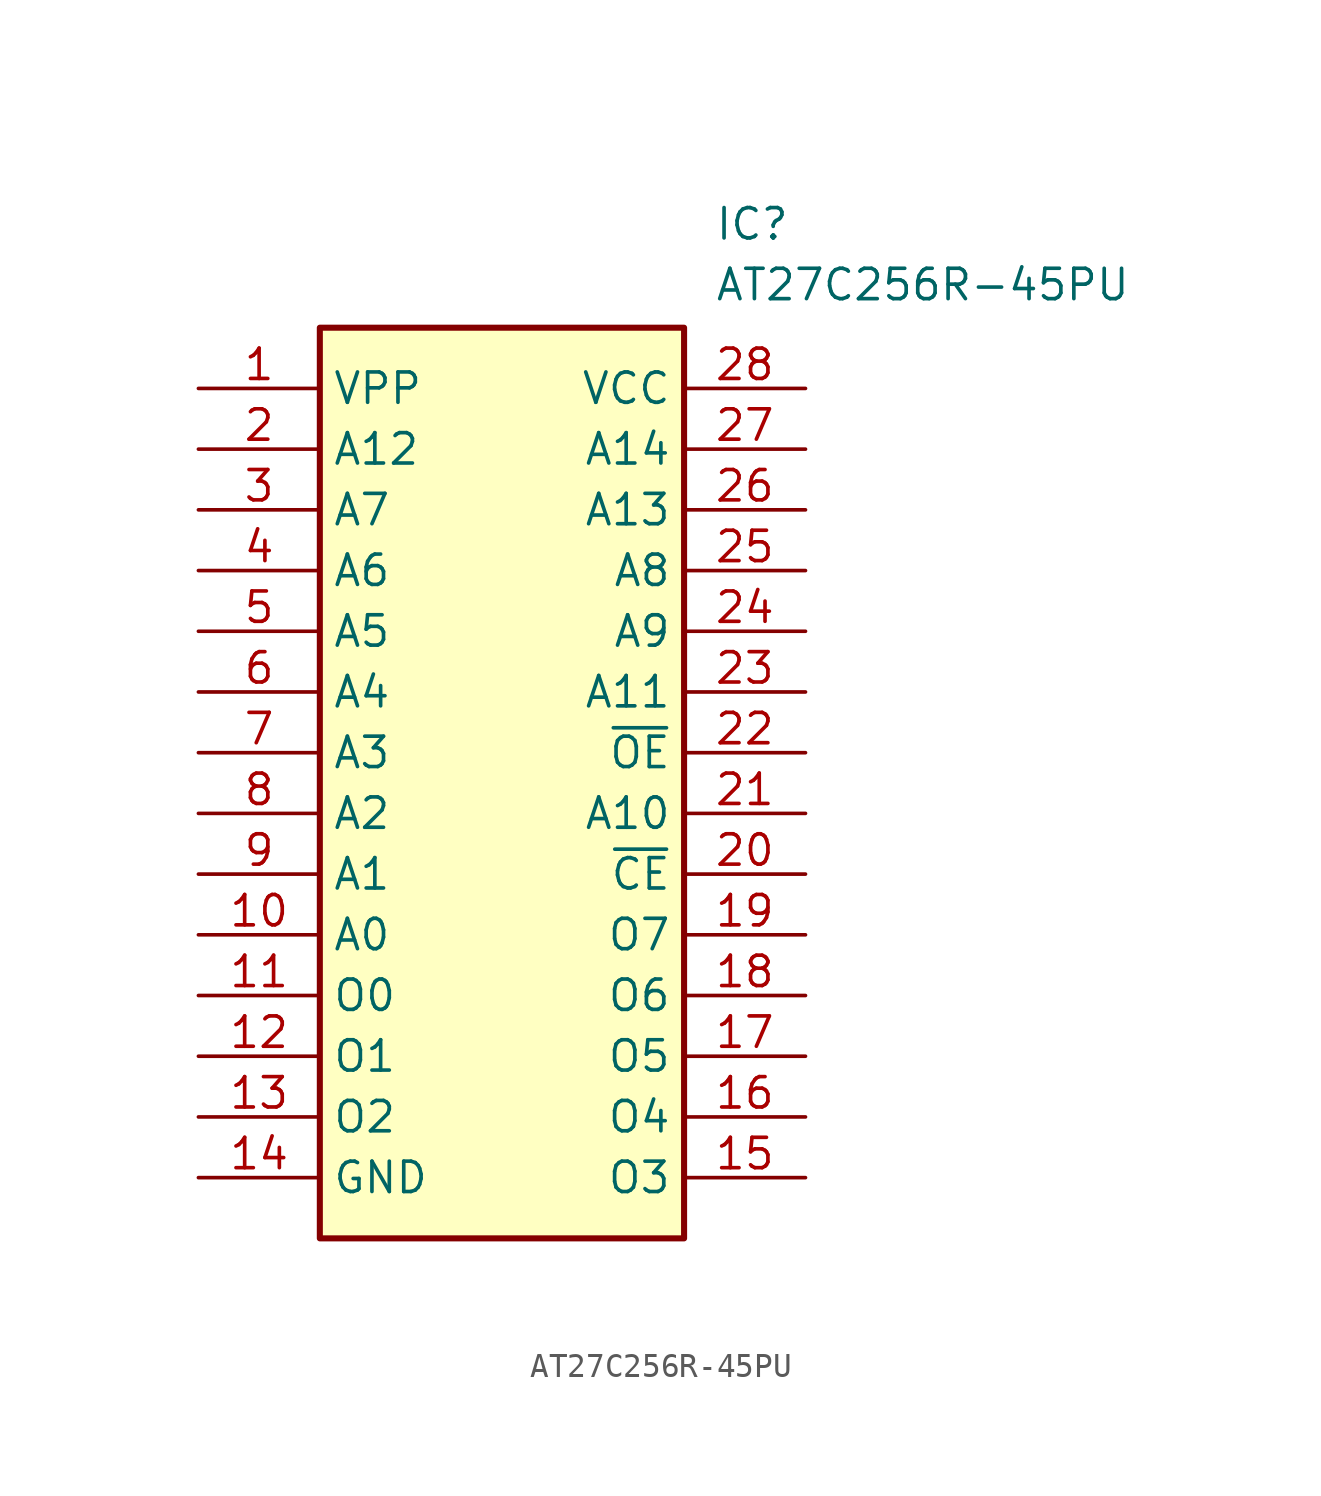
<source format=kicad_sym>
(kicad_symbol_lib
  (version 20211014)
  (generator SamacSys_ECAD_Model)
  (symbol "AT27C256R-45PU"
    (property "Reference" "IC"
      (at 21.59 7.62 0)
      (effects (font (size 1.27 1.27)) (justify left top)))
    (property "Value" "AT27C256R-45PU"
      (at 21.59 5.08 0)
      (effects (font (size 1.27 1.27)) (justify left top)))
    (rectangle
      (start 5.08 2.54)
      (end 20.32 -35.56)
      (stroke (width 0.254) (type default))
      (fill (type background)))
    (pin passive line
      (at 0 0 0)
      (length 5.08)
      (name "VPP" (effects (font (size 1.27 1.27))))
      (number "1" (effects (font (size 1.27 1.27)))))
    (pin passive line
      (at 0 -2.54 0)
      (length 5.08)
      (name "A12" (effects (font (size 1.27 1.27))))
      (number "2" (effects (font (size 1.27 1.27)))))
    (pin passive line
      (at 0 -5.08 0)
      (length 5.08)
      (name "A7" (effects (font (size 1.27 1.27))))
      (number "3" (effects (font (size 1.27 1.27)))))
    (pin passive line
      (at 0 -7.62 0)
      (length 5.08)
      (name "A6" (effects (font (size 1.27 1.27))))
      (number "4" (effects (font (size 1.27 1.27)))))
    (pin passive line
      (at 0 -10.16 0)
      (length 5.08)
      (name "A5" (effects (font (size 1.27 1.27))))
      (number "5" (effects (font (size 1.27 1.27)))))
    (pin passive line
      (at 0 -12.7 0)
      (length 5.08)
      (name "A4" (effects (font (size 1.27 1.27))))
      (number "6" (effects (font (size 1.27 1.27)))))
    (pin passive line
      (at 0 -15.24 0)
      (length 5.08)
      (name "A3" (effects (font (size 1.27 1.27))))
      (number "7" (effects (font (size 1.27 1.27)))))
    (pin passive line
      (at 0 -17.78 0)
      (length 5.08)
      (name "A2" (effects (font (size 1.27 1.27))))
      (number "8" (effects (font (size 1.27 1.27)))))
    (pin passive line
      (at 0 -20.32 0)
      (length 5.08)
      (name "A1" (effects (font (size 1.27 1.27))))
      (number "9" (effects (font (size 1.27 1.27)))))
    (pin passive line
      (at 0 -22.86 0)
      (length 5.08)
      (name "A0" (effects (font (size 1.27 1.27))))
      (number "10" (effects (font (size 1.27 1.27)))))
    (pin passive line
      (at 0 -25.4 0)
      (length 5.08)
      (name "O0" (effects (font (size 1.27 1.27))))
      (number "11" (effects (font (size 1.27 1.27)))))
    (pin passive line
      (at 0 -27.94 0)
      (length 5.08)
      (name "O1" (effects (font (size 1.27 1.27))))
      (number "12" (effects (font (size 1.27 1.27)))))
    (pin passive line
      (at 0 -30.48 0)
      (length 5.08)
      (name "O2" (effects (font (size 1.27 1.27))))
      (number "13" (effects (font (size 1.27 1.27)))))
    (pin passive line
      (at 0 -33.02 0)
      (length 5.08)
      (name "GND" (effects (font (size 1.27 1.27))))
      (number "14" (effects (font (size 1.27 1.27)))))
    (pin passive line
      (at 25.4 0 180)
      (length 5.08)
      (name "VCC" (effects (font (size 1.27 1.27))))
      (number "28" (effects (font (size 1.27 1.27)))))
    (pin passive line
      (at 25.4 -2.54 180)
      (length 5.08)
      (name "A14" (effects (font (size 1.27 1.27))))
      (number "27" (effects (font (size 1.27 1.27)))))
    (pin passive line
      (at 25.4 -5.08 180)
      (length 5.08)
      (name "A13" (effects (font (size 1.27 1.27))))
      (number "26" (effects (font (size 1.27 1.27)))))
    (pin passive line
      (at 25.4 -7.62 180)
      (length 5.08)
      (name "A8" (effects (font (size 1.27 1.27))))
      (number "25" (effects (font (size 1.27 1.27)))))
    (pin passive line
      (at 25.4 -10.16 180)
      (length 5.08)
      (name "A9" (effects (font (size 1.27 1.27))))
      (number "24" (effects (font (size 1.27 1.27)))))
    (pin passive line
      (at 25.4 -12.7 180)
      (length 5.08)
      (name "A11" (effects (font (size 1.27 1.27))))
      (number "23" (effects (font (size 1.27 1.27)))))
    (pin passive line
      (at 25.4 -15.24 180)
      (length 5.08)
      (name "~{OE}" (effects (font (size 1.27 1.27))))
      (number "22" (effects (font (size 1.27 1.27)))))
    (pin passive line
      (at 25.4 -17.78 180)
      (length 5.08)
      (name "A10" (effects (font (size 1.27 1.27))))
      (number "21" (effects (font (size 1.27 1.27)))))
    (pin passive line
      (at 25.4 -20.32 180)
      (length 5.08)
      (name "~{CE}" (effects (font (size 1.27 1.27))))
      (number "20" (effects (font (size 1.27 1.27)))))
    (pin passive line
      (at 25.4 -22.86 180)
      (length 5.08)
      (name "O7" (effects (font (size 1.27 1.27))))
      (number "19" (effects (font (size 1.27 1.27)))))
    (pin passive line
      (at 25.4 -25.4 180)
      (length 5.08)
      (name "O6" (effects (font (size 1.27 1.27))))
      (number "18" (effects (font (size 1.27 1.27)))))
    (pin passive line
      (at 25.4 -27.94 180)
      (length 5.08)
      (name "O5" (effects (font (size 1.27 1.27))))
      (number "17" (effects (font (size 1.27 1.27)))))
    (pin passive line
      (at 25.4 -30.48 180)
      (length 5.08)
      (name "O4" (effects (font (size 1.27 1.27))))
      (number "16" (effects (font (size 1.27 1.27)))))
    (pin passive line
      (at 25.4 -33.02 180)
      (length 5.08)
      (name "O3" (effects (font (size 1.27 1.27))))
      (number "15" (effects (font (size 1.27 1.27)))))))
</source>
